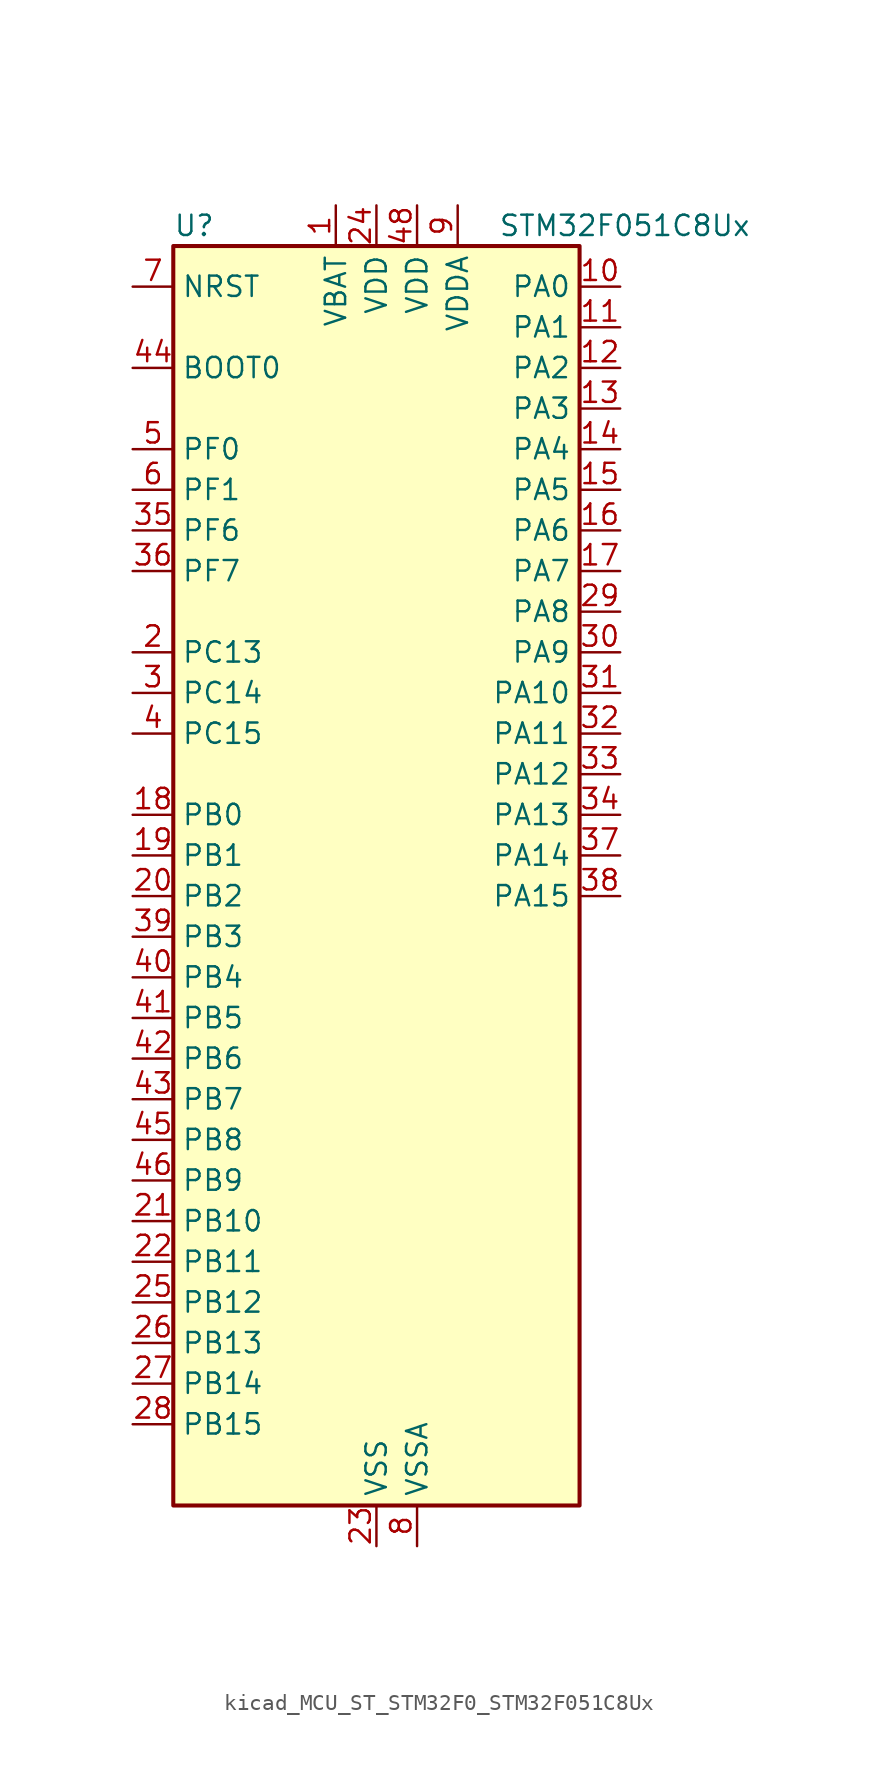
<source format=kicad_sym>
(kicad_symbol_lib
  (version 20220914)
  (generator kicad_symbol_editor)
  (symbol "kicad_MCU_ST_STM32F0_STM32F051C8Ux"
    (property "Reference" "U"
      (at -12.7 41.91 0)
      (effects (font (size 1.27 1.27)) (justify left)))
    (property "Value" "STM32F051C8Ux"
      (at 7.62 41.91 0)
      (effects (font (size 1.27 1.27)) (justify left)))
    (property "ki_locked" ""
      (at 0 0 0)
      (effects (font (size 1.27 1.27))))
    (symbol "kicad_MCU_ST_STM32F0_STM32F051C8Ux_0_1"
      (rectangle (start -12.7 -38.1) (end 12.7 40.64) (stroke (width 0.254) (type default)) (fill (type background))))
    (symbol "kicad_MCU_ST_STM32F0_STM32F051C8Ux_1_1"
      (pin power_in line (at -2.54 43.18 270) (length 2.54) (name "VBAT" (effects (font (size 1.27 1.27)))) (number "1" (effects (font (size 1.27 1.27)))))
      (pin bidirectional line (at 15.24 38.1 180) (length 2.54) (name "PA0" (effects (font (size 1.27 1.27)))) (number "10" (effects (font (size 1.27 1.27)))) (alternate "ADC_IN0" bidirectional line) (alternate "COMP1_INM" bidirectional line) (alternate "COMP1_OUT" bidirectional line) (alternate "RTC_TAMP2" bidirectional line) (alternate "SYS_WKUP1" bidirectional line) (alternate "TIM2_CH1" bidirectional line) (alternate "TIM2_ETR" bidirectional line) (alternate "TSC_G1_IO1" bidirectional line) (alternate "USART2_CTS" bidirectional line))
      (pin bidirectional line (at 15.24 35.56 180) (length 2.54) (name "PA1" (effects (font (size 1.27 1.27)))) (number "11" (effects (font (size 1.27 1.27)))) (alternate "ADC_IN1" bidirectional line) (alternate "COMP1_INP" bidirectional line) (alternate "TIM2_CH2" bidirectional line) (alternate "TSC_G1_IO2" bidirectional line) (alternate "USART2_DE" bidirectional line) (alternate "USART2_RTS" bidirectional line))
      (pin bidirectional line (at 15.24 33.02 180) (length 2.54) (name "PA2" (effects (font (size 1.27 1.27)))) (number "12" (effects (font (size 1.27 1.27)))) (alternate "ADC_IN2" bidirectional line) (alternate "COMP2_INM" bidirectional line) (alternate "COMP2_OUT" bidirectional line) (alternate "TIM15_CH1" bidirectional line) (alternate "TIM2_CH3" bidirectional line) (alternate "TSC_G1_IO3" bidirectional line) (alternate "USART2_TX" bidirectional line))
      (pin bidirectional line (at 15.24 30.48 180) (length 2.54) (name "PA3" (effects (font (size 1.27 1.27)))) (number "13" (effects (font (size 1.27 1.27)))) (alternate "ADC_IN3" bidirectional line) (alternate "COMP2_INP" bidirectional line) (alternate "TIM15_CH2" bidirectional line) (alternate "TIM2_CH4" bidirectional line) (alternate "TSC_G1_IO4" bidirectional line) (alternate "USART2_RX" bidirectional line))
      (pin bidirectional line (at 15.24 27.94 180) (length 2.54) (name "PA4" (effects (font (size 1.27 1.27)))) (number "14" (effects (font (size 1.27 1.27)))) (alternate "ADC_IN4" bidirectional line) (alternate "COMP1_INM" bidirectional line) (alternate "COMP2_INM" bidirectional line) (alternate "DAC1_OUT1" bidirectional line) (alternate "I2S1_WS" bidirectional line) (alternate "SPI1_NSS" bidirectional line) (alternate "TIM14_CH1" bidirectional line) (alternate "TSC_G2_IO1" bidirectional line) (alternate "USART2_CK" bidirectional line))
      (pin bidirectional line (at 15.24 25.4 180) (length 2.54) (name "PA5" (effects (font (size 1.27 1.27)))) (number "15" (effects (font (size 1.27 1.27)))) (alternate "ADC_IN5" bidirectional line) (alternate "CEC" bidirectional line) (alternate "COMP1_INM" bidirectional line) (alternate "COMP2_INM" bidirectional line) (alternate "I2S1_CK" bidirectional line) (alternate "SPI1_SCK" bidirectional line) (alternate "TIM2_CH1" bidirectional line) (alternate "TIM2_ETR" bidirectional line) (alternate "TSC_G2_IO2" bidirectional line))
      (pin bidirectional line (at 15.24 22.86 180) (length 2.54) (name "PA6" (effects (font (size 1.27 1.27)))) (number "16" (effects (font (size 1.27 1.27)))) (alternate "ADC_IN6" bidirectional line) (alternate "COMP1_OUT" bidirectional line) (alternate "I2S1_MCK" bidirectional line) (alternate "SPI1_MISO" bidirectional line) (alternate "TIM16_CH1" bidirectional line) (alternate "TIM1_BKIN" bidirectional line) (alternate "TIM3_CH1" bidirectional line) (alternate "TSC_G2_IO3" bidirectional line))
      (pin bidirectional line (at 15.24 20.32 180) (length 2.54) (name "PA7" (effects (font (size 1.27 1.27)))) (number "17" (effects (font (size 1.27 1.27)))) (alternate "ADC_IN7" bidirectional line) (alternate "COMP2_OUT" bidirectional line) (alternate "I2S1_SD" bidirectional line) (alternate "SPI1_MOSI" bidirectional line) (alternate "TIM14_CH1" bidirectional line) (alternate "TIM17_CH1" bidirectional line) (alternate "TIM1_CH1N" bidirectional line) (alternate "TIM3_CH2" bidirectional line) (alternate "TSC_G2_IO4" bidirectional line))
      (pin bidirectional line (at -15.24 5.08 0) (length 2.54) (name "PB0" (effects (font (size 1.27 1.27)))) (number "18" (effects (font (size 1.27 1.27)))) (alternate "ADC_IN8" bidirectional line) (alternate "TIM1_CH2N" bidirectional line) (alternate "TIM3_CH3" bidirectional line) (alternate "TSC_G3_IO2" bidirectional line))
      (pin bidirectional line (at -15.24 2.54 0) (length 2.54) (name "PB1" (effects (font (size 1.27 1.27)))) (number "19" (effects (font (size 1.27 1.27)))) (alternate "ADC_IN9" bidirectional line) (alternate "TIM14_CH1" bidirectional line) (alternate "TIM1_CH3N" bidirectional line) (alternate "TIM3_CH4" bidirectional line) (alternate "TSC_G3_IO3" bidirectional line))
      (pin bidirectional line (at -15.24 15.24 0) (length 2.54) (name "PC13" (effects (font (size 1.27 1.27)))) (number "2" (effects (font (size 1.27 1.27)))) (alternate "RTC_OUT_ALARM" bidirectional line) (alternate "RTC_OUT_CALIB" bidirectional line) (alternate "RTC_TAMP1" bidirectional line) (alternate "RTC_TS" bidirectional line) (alternate "SYS_WKUP2" bidirectional line))
      (pin bidirectional line (at -15.24 0 0) (length 2.54) (name "PB2" (effects (font (size 1.27 1.27)))) (number "20" (effects (font (size 1.27 1.27)))) (alternate "TSC_G3_IO4" bidirectional line))
      (pin bidirectional line (at -15.24 -20.32 0) (length 2.54) (name "PB10" (effects (font (size 1.27 1.27)))) (number "21" (effects (font (size 1.27 1.27)))) (alternate "CEC" bidirectional line) (alternate "I2C2_SCL" bidirectional line) (alternate "TIM2_CH3" bidirectional line) (alternate "TSC_SYNC" bidirectional line))
      (pin bidirectional line (at -15.24 -22.86 0) (length 2.54) (name "PB11" (effects (font (size 1.27 1.27)))) (number "22" (effects (font (size 1.27 1.27)))) (alternate "I2C2_SDA" bidirectional line) (alternate "TIM2_CH4" bidirectional line) (alternate "TSC_G6_IO1" bidirectional line))
      (pin power_in line (at 0 -40.64 90) (length 2.54) (name "VSS" (effects (font (size 1.27 1.27)))) (number "23" (effects (font (size 1.27 1.27)))))
      (pin power_in line (at 0 43.18 270) (length 2.54) (name "VDD" (effects (font (size 1.27 1.27)))) (number "24" (effects (font (size 1.27 1.27)))))
      (pin bidirectional line (at -15.24 -25.4 0) (length 2.54) (name "PB12" (effects (font (size 1.27 1.27)))) (number "25" (effects (font (size 1.27 1.27)))) (alternate "SPI2_NSS" bidirectional line) (alternate "TIM1_BKIN" bidirectional line) (alternate "TSC_G6_IO2" bidirectional line))
      (pin bidirectional line (at -15.24 -27.94 0) (length 2.54) (name "PB13" (effects (font (size 1.27 1.27)))) (number "26" (effects (font (size 1.27 1.27)))) (alternate "SPI2_SCK" bidirectional line) (alternate "TIM1_CH1N" bidirectional line) (alternate "TSC_G6_IO3" bidirectional line))
      (pin bidirectional line (at -15.24 -30.48 0) (length 2.54) (name "PB14" (effects (font (size 1.27 1.27)))) (number "27" (effects (font (size 1.27 1.27)))) (alternate "SPI2_MISO" bidirectional line) (alternate "TIM15_CH1" bidirectional line) (alternate "TIM1_CH2N" bidirectional line) (alternate "TSC_G6_IO4" bidirectional line))
      (pin bidirectional line (at -15.24 -33.02 0) (length 2.54) (name "PB15" (effects (font (size 1.27 1.27)))) (number "28" (effects (font (size 1.27 1.27)))) (alternate "RTC_REFIN" bidirectional line) (alternate "SPI2_MOSI" bidirectional line) (alternate "TIM15_CH1N" bidirectional line) (alternate "TIM15_CH2" bidirectional line) (alternate "TIM1_CH3N" bidirectional line))
      (pin bidirectional line (at 15.24 17.78 180) (length 2.54) (name "PA8" (effects (font (size 1.27 1.27)))) (number "29" (effects (font (size 1.27 1.27)))) (alternate "RCC_MCO" bidirectional line) (alternate "TIM1_CH1" bidirectional line) (alternate "USART1_CK" bidirectional line))
      (pin bidirectional line (at -15.24 12.7 0) (length 2.54) (name "PC14" (effects (font (size 1.27 1.27)))) (number "3" (effects (font (size 1.27 1.27)))) (alternate "RCC_OSC32_IN" bidirectional line))
      (pin bidirectional line (at 15.24 15.24 180) (length 2.54) (name "PA9" (effects (font (size 1.27 1.27)))) (number "30" (effects (font (size 1.27 1.27)))) (alternate "DAC1_EXTI9" bidirectional line) (alternate "TIM15_BKIN" bidirectional line) (alternate "TIM1_CH2" bidirectional line) (alternate "TSC_G4_IO1" bidirectional line) (alternate "USART1_TX" bidirectional line))
      (pin bidirectional line (at 15.24 12.7 180) (length 2.54) (name "PA10" (effects (font (size 1.27 1.27)))) (number "31" (effects (font (size 1.27 1.27)))) (alternate "TIM17_BKIN" bidirectional line) (alternate "TIM1_CH3" bidirectional line) (alternate "TSC_G4_IO2" bidirectional line) (alternate "USART1_RX" bidirectional line))
      (pin bidirectional line (at 15.24 10.16 180) (length 2.54) (name "PA11" (effects (font (size 1.27 1.27)))) (number "32" (effects (font (size 1.27 1.27)))) (alternate "COMP1_OUT" bidirectional line) (alternate "TIM1_CH4" bidirectional line) (alternate "TSC_G4_IO3" bidirectional line) (alternate "USART1_CTS" bidirectional line))
      (pin bidirectional line (at 15.24 7.62 180) (length 2.54) (name "PA12" (effects (font (size 1.27 1.27)))) (number "33" (effects (font (size 1.27 1.27)))) (alternate "COMP2_OUT" bidirectional line) (alternate "TIM1_ETR" bidirectional line) (alternate "TSC_G4_IO4" bidirectional line) (alternate "USART1_DE" bidirectional line) (alternate "USART1_RTS" bidirectional line))
      (pin bidirectional line (at 15.24 5.08 180) (length 2.54) (name "PA13" (effects (font (size 1.27 1.27)))) (number "34" (effects (font (size 1.27 1.27)))) (alternate "IR_OUT" bidirectional line) (alternate "SYS_SWDIO" bidirectional line))
      (pin bidirectional line (at -15.24 22.86 0) (length 2.54) (name "PF6" (effects (font (size 1.27 1.27)))) (number "35" (effects (font (size 1.27 1.27)))) (alternate "I2C2_SCL" bidirectional line))
      (pin bidirectional line (at -15.24 20.32 0) (length 2.54) (name "PF7" (effects (font (size 1.27 1.27)))) (number "36" (effects (font (size 1.27 1.27)))) (alternate "I2C2_SDA" bidirectional line))
      (pin bidirectional line (at 15.24 2.54 180) (length 2.54) (name "PA14" (effects (font (size 1.27 1.27)))) (number "37" (effects (font (size 1.27 1.27)))) (alternate "SYS_SWCLK" bidirectional line) (alternate "USART2_TX" bidirectional line))
      (pin bidirectional line (at 15.24 0 180) (length 2.54) (name "PA15" (effects (font (size 1.27 1.27)))) (number "38" (effects (font (size 1.27 1.27)))) (alternate "I2S1_WS" bidirectional line) (alternate "SPI1_NSS" bidirectional line) (alternate "TIM2_CH1" bidirectional line) (alternate "TIM2_ETR" bidirectional line) (alternate "USART2_RX" bidirectional line))
      (pin bidirectional line (at -15.24 -2.54 0) (length 2.54) (name "PB3" (effects (font (size 1.27 1.27)))) (number "39" (effects (font (size 1.27 1.27)))) (alternate "I2S1_CK" bidirectional line) (alternate "SPI1_SCK" bidirectional line) (alternate "TIM2_CH2" bidirectional line) (alternate "TSC_G5_IO1" bidirectional line))
      (pin bidirectional line (at -15.24 10.16 0) (length 2.54) (name "PC15" (effects (font (size 1.27 1.27)))) (number "4" (effects (font (size 1.27 1.27)))) (alternate "RCC_OSC32_OUT" bidirectional line))
      (pin bidirectional line (at -15.24 -5.08 0) (length 2.54) (name "PB4" (effects (font (size 1.27 1.27)))) (number "40" (effects (font (size 1.27 1.27)))) (alternate "I2S1_MCK" bidirectional line) (alternate "SPI1_MISO" bidirectional line) (alternate "TIM3_CH1" bidirectional line) (alternate "TSC_G5_IO2" bidirectional line))
      (pin bidirectional line (at -15.24 -7.62 0) (length 2.54) (name "PB5" (effects (font (size 1.27 1.27)))) (number "41" (effects (font (size 1.27 1.27)))) (alternate "I2C1_SMBA" bidirectional line) (alternate "I2S1_SD" bidirectional line) (alternate "SPI1_MOSI" bidirectional line) (alternate "TIM16_BKIN" bidirectional line) (alternate "TIM3_CH2" bidirectional line))
      (pin bidirectional line (at -15.24 -10.16 0) (length 2.54) (name "PB6" (effects (font (size 1.27 1.27)))) (number "42" (effects (font (size 1.27 1.27)))) (alternate "I2C1_SCL" bidirectional line) (alternate "TIM16_CH1N" bidirectional line) (alternate "TSC_G5_IO3" bidirectional line) (alternate "USART1_TX" bidirectional line))
      (pin bidirectional line (at -15.24 -12.7 0) (length 2.54) (name "PB7" (effects (font (size 1.27 1.27)))) (number "43" (effects (font (size 1.27 1.27)))) (alternate "I2C1_SDA" bidirectional line) (alternate "TIM17_CH1N" bidirectional line) (alternate "TSC_G5_IO4" bidirectional line) (alternate "USART1_RX" bidirectional line))
      (pin input line (at -15.24 33.02 0) (length 2.54) (name "BOOT0" (effects (font (size 1.27 1.27)))) (number "44" (effects (font (size 1.27 1.27)))))
      (pin bidirectional line (at -15.24 -15.24 0) (length 2.54) (name "PB8" (effects (font (size 1.27 1.27)))) (number "45" (effects (font (size 1.27 1.27)))) (alternate "CEC" bidirectional line) (alternate "I2C1_SCL" bidirectional line) (alternate "TIM16_CH1" bidirectional line) (alternate "TSC_SYNC" bidirectional line))
      (pin bidirectional line (at -15.24 -17.78 0) (length 2.54) (name "PB9" (effects (font (size 1.27 1.27)))) (number "46" (effects (font (size 1.27 1.27)))) (alternate "DAC1_EXTI9" bidirectional line) (alternate "I2C1_SDA" bidirectional line) (alternate "IR_OUT" bidirectional line) (alternate "TIM17_CH1" bidirectional line))
      (pin passive line (at 0 -40.64 90) (length 2.54) hide (name "VSS" (effects (font (size 1.27 1.27)))) (number "47" (effects (font (size 1.27 1.27)))))
      (pin power_in line (at 2.54 43.18 270) (length 2.54) (name "VDD" (effects (font (size 1.27 1.27)))) (number "48" (effects (font (size 1.27 1.27)))))
      (pin passive line (at 0 -40.64 90) (length 2.54) hide (name "VSS" (effects (font (size 1.27 1.27)))) (number "49" (effects (font (size 1.27 1.27)))))
      (pin bidirectional line (at -15.24 27.94 0) (length 2.54) (name "PF0" (effects (font (size 1.27 1.27)))) (number "5" (effects (font (size 1.27 1.27)))) (alternate "RCC_OSC_IN" bidirectional line))
      (pin bidirectional line (at -15.24 25.4 0) (length 2.54) (name "PF1" (effects (font (size 1.27 1.27)))) (number "6" (effects (font (size 1.27 1.27)))) (alternate "RCC_OSC_OUT" bidirectional line))
      (pin input line (at -15.24 38.1 0) (length 2.54) (name "NRST" (effects (font (size 1.27 1.27)))) (number "7" (effects (font (size 1.27 1.27)))))
      (pin power_in line (at 2.54 -40.64 90) (length 2.54) (name "VSSA" (effects (font (size 1.27 1.27)))) (number "8" (effects (font (size 1.27 1.27)))))
      (pin power_in line (at 5.08 43.18 270) (length 2.54) (name "VDDA" (effects (font (size 1.27 1.27)))) (number "9" (effects (font (size 1.27 1.27))))))))
</source>
